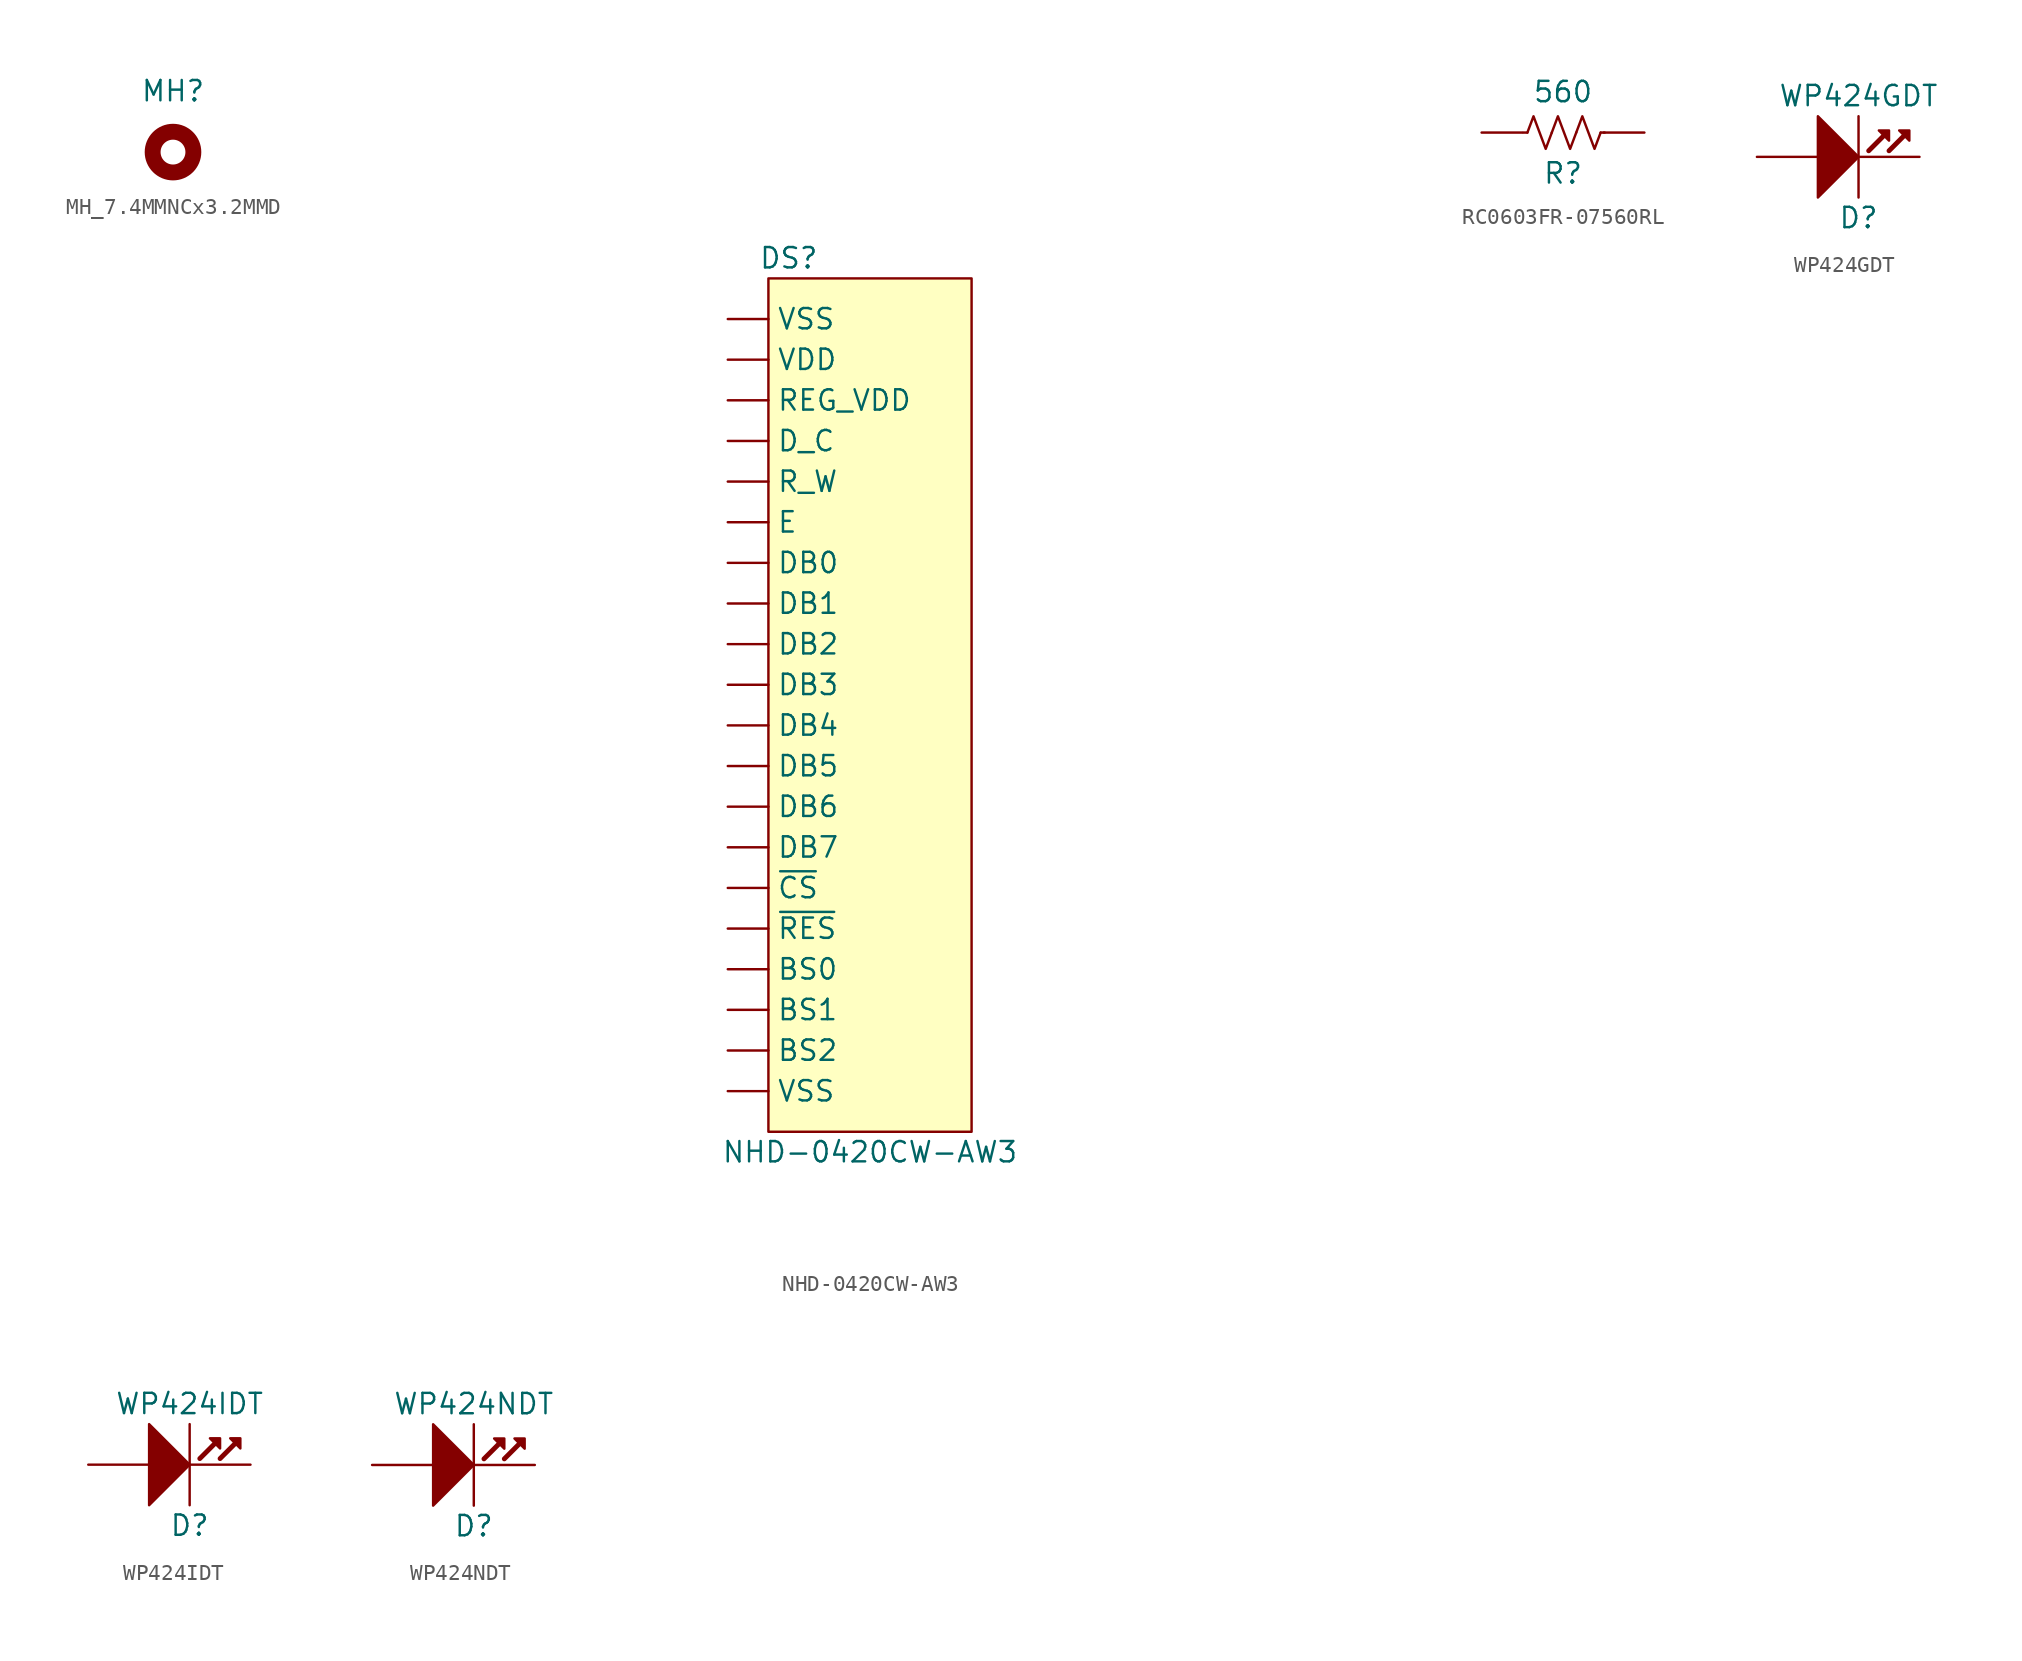
<source format=kicad_sym>
(kicad_symbol_lib
  (version 20220914)
  (generator kicad_symbol_editor)
  (symbol "MH_7.4MMNCx3.2MMD"
    (pin_names
      (offset 1.016))
    (property "Reference" "MH"
      (at 0 3.81 0)
      (effects (font (size 1.27 1.27))))
    (symbol "MH_7.4MMNCx3.2MMD_0_1"
      (circle (center 0 0) (radius 1.27) (stroke (width 0.991) (type solid)) (fill (type none)))))
  (symbol "NHD-0420CW-AW3"
    (pin_numbers hide)
    (property "Reference" "DS"
      (at -5.08 27.94 0)
      (effects (font (size 1.27 1.27))))
    (property "Value" "NHD-0420CW-AW3"
      (at 0 -27.94 0)
      (effects (font (size 1.27 1.27))))
    (symbol "NHD-0420CW-AW3_1_1"
      (rectangle (start -6.35 26.67) (end 6.35 -26.67) (stroke (width 0) (type default)) (fill (type background)))
      (text private "Pins set up for I2C and parallel mode only.\nIn future, can create alternative pin definitions for SPI." (at 0 31.75 0) (effects (font (size 1.27 1.27))))
      (pin power_in line (at -8.89 24.13 0) (length 2.54) (name "VSS" (effects (font (size 1.27 1.27)))) (number "1" (effects (font (size 1.27 1.27)))))
      (pin bidirectional line (at -8.89 1.27 0) (length 2.54) (name "DB3" (effects (font (size 1.27 1.27)))) (number "10" (effects (font (size 1.27 1.27)))) (alternate "NC" input line))
      (pin bidirectional line (at -8.89 -1.27 0) (length 2.54) (name "DB4" (effects (font (size 1.27 1.27)))) (number "11" (effects (font (size 1.27 1.27)))) (alternate "NC" input line))
      (pin bidirectional line (at -8.89 -3.81 0) (length 2.54) (name "DB5" (effects (font (size 1.27 1.27)))) (number "12" (effects (font (size 1.27 1.27)))) (alternate "NC" input line))
      (pin bidirectional line (at -8.89 -6.35 0) (length 2.54) (name "DB6" (effects (font (size 1.27 1.27)))) (number "13" (effects (font (size 1.27 1.27)))) (alternate "NC" input line))
      (pin bidirectional line (at -8.89 -8.89 0) (length 2.54) (name "DB7" (effects (font (size 1.27 1.27)))) (number "14" (effects (font (size 1.27 1.27)))) (alternate "NC" input line))
      (pin input line (at -8.89 -11.43 0) (length 2.54) (name "~{CS}" (effects (font (size 1.27 1.27)))) (number "15" (effects (font (size 1.27 1.27)))) (alternate "NC" input line))
      (pin input line (at -8.89 -13.97 0) (length 2.54) (name "~{RES}" (effects (font (size 1.27 1.27)))) (number "16" (effects (font (size 1.27 1.27)))))
      (pin input line (at -8.89 -16.51 0) (length 2.54) (name "BS0" (effects (font (size 1.27 1.27)))) (number "17" (effects (font (size 1.27 1.27)))))
      (pin input line (at -8.89 -19.05 0) (length 2.54) (name "BS1" (effects (font (size 1.27 1.27)))) (number "18" (effects (font (size 1.27 1.27)))))
      (pin input line (at -8.89 -21.59 0) (length 2.54) (name "BS2" (effects (font (size 1.27 1.27)))) (number "19" (effects (font (size 1.27 1.27)))))
      (pin power_in line (at -8.89 21.59 0) (length 2.54) (name "VDD" (effects (font (size 1.27 1.27)))) (number "2" (effects (font (size 1.27 1.27)))))
      (pin power_in line (at -8.89 -24.13 0) (length 2.54) (name "VSS" (effects (font (size 1.27 1.27)))) (number "20" (effects (font (size 1.27 1.27)))))
      (pin power_in line (at -8.89 19.05 0) (length 2.54) (name "REG_VDD" (effects (font (size 1.27 1.27)))) (number "3" (effects (font (size 1.27 1.27)))))
      (pin input line (at -8.89 16.51 0) (length 2.54) (name "D_C" (effects (font (size 1.27 1.27)))) (number "4" (effects (font (size 1.27 1.27)))) (alternate "SA0" input line))
      (pin input line (at -8.89 13.97 0) (length 2.54) (name "R_W" (effects (font (size 1.27 1.27)))) (number "5" (effects (font (size 1.27 1.27)))) (alternate "NC" input line))
      (pin input line (at -8.89 11.43 0) (length 2.54) (name "E" (effects (font (size 1.27 1.27)))) (number "6" (effects (font (size 1.27 1.27)))) (alternate "NC" input line))
      (pin bidirectional line (at -8.89 8.89 0) (length 2.54) (name "DB0" (effects (font (size 1.27 1.27)))) (number "7" (effects (font (size 1.27 1.27)))) (alternate "SCL" input line))
      (pin bidirectional line (at -8.89 6.35 0) (length 2.54) (name "DB1" (effects (font (size 1.27 1.27)))) (number "8" (effects (font (size 1.27 1.27)))) (alternate "SDA_IN" input line))
      (pin bidirectional line (at -8.89 3.81 0) (length 2.54) (name "DB2" (effects (font (size 1.27 1.27)))) (number "9" (effects (font (size 1.27 1.27)))) (alternate "SDA_OUT" output line))))
  (symbol "RC0603FR-07560RL"
    (pin_numbers hide)
    (pin_names
      (offset 1.016))
    (property "Reference" "R"
      (at 0 -2.54 0)
      (effects (font (size 1.27 1.27))))
    (property "Value" "560"
      (at 0 2.54 0)
      (effects (font (size 1.27 1.27))))
    (symbol "RC0603FR-07560RL_0_1"
      (polyline (pts (xy -2.223 0) (xy -2.477 0)) (stroke (width 0) (type default)) (fill (type none)))
      (polyline (pts (xy 2.349 0) (xy 2.603 0)) (stroke (width 0) (type default)) (fill (type none)))
      (polyline (pts (xy -2.223 0) (xy -1.841 1.016) (xy -1.46 0) (xy -1.079 -1.016) (xy -0.699 0)) (stroke (width 0) (type default)) (fill (type none)))
      (polyline (pts (xy -0.699 0) (xy -0.318 1.016) (xy 0.064 0) (xy 0.445 -1.016) (xy 0.826 0)) (stroke (width 0) (type default)) (fill (type none)))
      (polyline (pts (xy 0.826 0) (xy 1.206 1.016) (xy 1.587 0) (xy 1.968 -1.016) (xy 2.349 0)) (stroke (width 0) (type default)) (fill (type none))))
    (symbol "RC0603FR-07560RL_1_1"
      (pin passive line (at -5.08 0 0) (length 2.54) (name "~" (effects (font (size 1.27 1.27)))) (number "1" (effects (font (size 1.27 1.27)))))
      (pin passive line (at 5.08 0 180) (length 2.54) (name "~" (effects (font (size 1.27 1.27)))) (number "2" (effects (font (size 1.27 1.27)))))))
  (symbol "WP424GDT"
    (pin_numbers hide)
    (pin_names
      (offset 1.016) hide)
    (property "Reference" "D"
      (at 0 -3.81 0)
      (effects (font (size 1.27 1.27))))
    (property "Value" "WP424GDT"
      (at 0 3.81 0)
      (effects (font (size 1.27 1.27))))
    (symbol "WP424GDT_0_1"
      (polyline (pts (xy 0 2.54) (xy 0 -2.54)) (stroke (width 0) (type solid)) (fill (type none)))
      (polyline (pts (xy 1.651 1.397) (xy 0.635 0.381)) (stroke (width 0.305) (type solid)) (fill (type none)))
      (polyline (pts (xy 2.921 1.397) (xy 1.905 0.381)) (stroke (width 0.305) (type solid)) (fill (type none)))
      (polyline (pts (xy -2.54 2.54) (xy 0 0) (xy -2.54 -2.54) (xy -2.54 2.54)) (stroke (width 0) (type solid)) (fill (type outline)))
      (polyline (pts (xy 1.27 1.651) (xy 1.905 1.651) (xy 1.905 1.016) (xy 1.27 1.651)) (stroke (width 0) (type solid)) (fill (type outline)))
      (polyline (pts (xy 2.54 1.651) (xy 3.175 1.651) (xy 3.175 1.016) (xy 2.54 1.651)) (stroke (width 0) (type solid)) (fill (type outline))))
    (symbol "WP424GDT_1_1"
      (pin passive line (at 3.81 0 180) (length 3.81) (name "Cathode" (effects (font (size 1.27 1.27)))) (number "1" (effects (font (size 1.27 1.27)))))
      (pin passive line (at -6.35 0 0) (length 3.81) (name "Anode" (effects (font (size 1.27 1.27)))) (number "2" (effects (font (size 1.27 1.27)))))))
  (symbol "WP424IDT"
    (pin_numbers hide)
    (pin_names
      (offset 1.016) hide)
    (property "Reference" "D"
      (at 0 -3.81 0)
      (effects (font (size 1.27 1.27))))
    (property "Value" "WP424IDT"
      (at 0 3.81 0)
      (effects (font (size 1.27 1.27))))
    (symbol "WP424IDT_0_1"
      (polyline (pts (xy 0 2.54) (xy 0 -2.54)) (stroke (width 0) (type solid)) (fill (type none)))
      (polyline (pts (xy 1.651 1.397) (xy 0.635 0.381)) (stroke (width 0.305) (type solid)) (fill (type none)))
      (polyline (pts (xy 2.921 1.397) (xy 1.905 0.381)) (stroke (width 0.305) (type solid)) (fill (type none)))
      (polyline (pts (xy -2.54 2.54) (xy 0 0) (xy -2.54 -2.54) (xy -2.54 2.54)) (stroke (width 0) (type solid)) (fill (type outline)))
      (polyline (pts (xy 1.27 1.651) (xy 1.905 1.651) (xy 1.905 1.016) (xy 1.27 1.651)) (stroke (width 0) (type solid)) (fill (type outline)))
      (polyline (pts (xy 2.54 1.651) (xy 3.175 1.651) (xy 3.175 1.016) (xy 2.54 1.651)) (stroke (width 0) (type solid)) (fill (type outline))))
    (symbol "WP424IDT_1_1"
      (pin passive line (at 3.81 0 180) (length 3.81) (name "Cathode" (effects (font (size 1.27 1.27)))) (number "1" (effects (font (size 1.27 1.27)))))
      (pin passive line (at -6.35 0 0) (length 3.81) (name "Anode" (effects (font (size 1.27 1.27)))) (number "2" (effects (font (size 1.27 1.27)))))))
  (symbol "WP424NDT"
    (pin_numbers hide)
    (pin_names
      (offset 1.016) hide)
    (property "Reference" "D"
      (at 0 -3.81 0)
      (effects (font (size 1.27 1.27))))
    (property "Value" "WP424NDT"
      (at 0 3.81 0)
      (effects (font (size 1.27 1.27))))
    (symbol "WP424NDT_0_1"
      (polyline (pts (xy 0 2.54) (xy 0 -2.54)) (stroke (width 0) (type solid)) (fill (type none)))
      (polyline (pts (xy 1.651 1.397) (xy 0.635 0.381)) (stroke (width 0.305) (type solid)) (fill (type none)))
      (polyline (pts (xy 2.921 1.397) (xy 1.905 0.381)) (stroke (width 0.305) (type solid)) (fill (type none)))
      (polyline (pts (xy -2.54 2.54) (xy 0 0) (xy -2.54 -2.54) (xy -2.54 2.54)) (stroke (width 0) (type solid)) (fill (type outline)))
      (polyline (pts (xy 1.27 1.651) (xy 1.905 1.651) (xy 1.905 1.016) (xy 1.27 1.651)) (stroke (width 0) (type solid)) (fill (type outline)))
      (polyline (pts (xy 2.54 1.651) (xy 3.175 1.651) (xy 3.175 1.016) (xy 2.54 1.651)) (stroke (width 0) (type solid)) (fill (type outline))))
    (symbol "WP424NDT_1_1"
      (pin passive line (at 3.81 0 180) (length 3.81) (name "Cathode" (effects (font (size 1.27 1.27)))) (number "1" (effects (font (size 1.27 1.27)))))
      (pin passive line (at -6.35 0 0) (length 3.81) (name "Anode" (effects (font (size 1.27 1.27)))) (number "2" (effects (font (size 1.27 1.27))))))))
</source>
